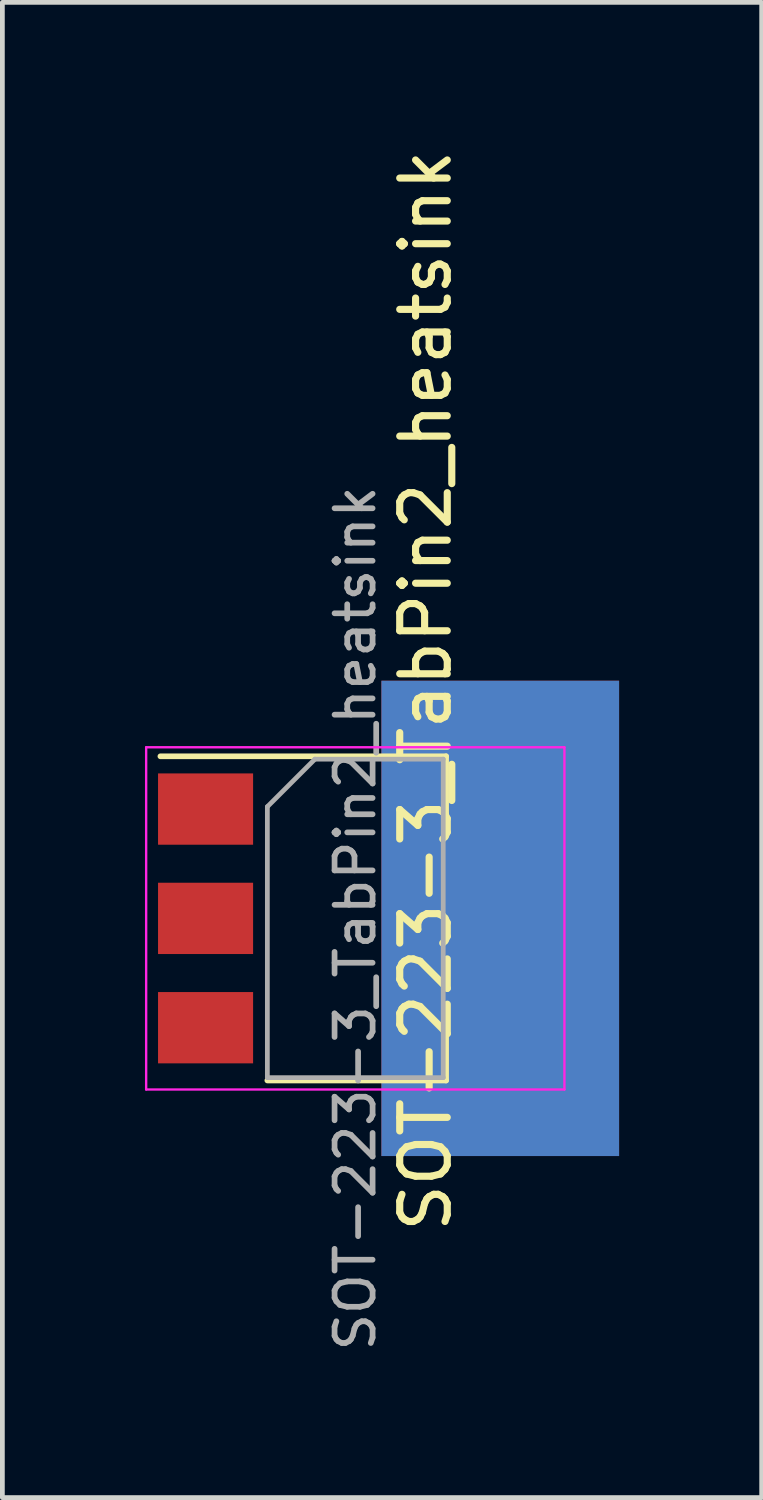
<source format=kicad_pcb>
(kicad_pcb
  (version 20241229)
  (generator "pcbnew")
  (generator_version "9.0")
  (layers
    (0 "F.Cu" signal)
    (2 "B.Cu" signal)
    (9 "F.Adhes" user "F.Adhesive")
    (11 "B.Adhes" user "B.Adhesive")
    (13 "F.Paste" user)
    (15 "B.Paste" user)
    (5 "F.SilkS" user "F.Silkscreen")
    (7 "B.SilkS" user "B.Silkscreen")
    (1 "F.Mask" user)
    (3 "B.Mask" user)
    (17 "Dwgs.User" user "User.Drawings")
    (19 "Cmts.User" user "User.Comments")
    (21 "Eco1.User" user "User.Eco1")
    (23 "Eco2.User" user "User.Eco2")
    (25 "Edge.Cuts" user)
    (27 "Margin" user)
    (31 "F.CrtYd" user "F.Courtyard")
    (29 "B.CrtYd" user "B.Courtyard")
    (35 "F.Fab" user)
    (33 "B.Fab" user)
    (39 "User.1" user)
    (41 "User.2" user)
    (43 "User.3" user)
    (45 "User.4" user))
  (footprint "SOT-223-3_TabPin2_heatsink"
    (layer "F.Cu")
    (at 4.425 16.272)
    (property "Reference" "SOT-223-3_TabPin2_heatsink" (at 1.48 -4.79 90) (layer "F.SilkS") (effects (font (size 1 1) (thickness 0.15))))
    (attr smd)
    (fp_line (start -4.1 -3.41) (end 1.91 -3.41) (stroke (width 0.12) (type solid)) (layer "F.SilkS"))
    (fp_line (start -1.85 3.41) (end 1.91 3.41) (stroke (width 0.12) (type solid)) (layer "F.SilkS"))
    (fp_line (start 1.91 -3.41) (end 1.91 -2.15) (stroke (width 0.12) (type solid)) (layer "F.SilkS"))
    (fp_line (start 1.91 3.41) (end 1.91 2.15) (stroke (width 0.12) (type solid)) (layer "F.SilkS"))
    (fp_line (start -4.4 -3.6) (end -4.4 3.6) (stroke (width 0.05) (type solid)) (layer "F.CrtYd"))
    (fp_line (start -4.4 3.6) (end 4.4 3.6) (stroke (width 0.05) (type solid)) (layer "F.CrtYd"))
    (fp_line (start 4.4 -3.6) (end -4.4 -3.6) (stroke (width 0.05) (type solid)) (layer "F.CrtYd"))
    (fp_line (start 4.4 3.6) (end 4.4 -3.6) (stroke (width 0.05) (type solid)) (layer "F.CrtYd"))
    (fp_line (start -1.85 -2.35) (end -1.85 3.35) (stroke (width 0.1) (type solid)) (layer "F.Fab"))
    (fp_line (start -1.85 -2.35) (end -0.85 -3.35) (stroke (width 0.1) (type solid)) (layer "F.Fab"))
    (fp_line (start -1.85 3.35) (end 1.85 3.35) (stroke (width 0.1) (type solid)) (layer "F.Fab"))
    (fp_line (start -0.85 -3.35) (end 1.85 -3.35) (stroke (width 0.1) (type solid)) (layer "F.Fab"))
    (fp_line (start 1.85 -3.35) (end 1.85 3.35) (stroke (width 0.1) (type solid)) (layer "F.Fab"))
    (fp_text user "${REFERENCE}" (at 0 0 90) (layer "F.Fab") (effects (font (size 0.8 0.8) (thickness 0.12))))
    (pad "1" smd rect (at -3.15 -2.3) (size 2 1.5) (layers "F.Cu" "F.Mask" "F.Paste"))
    (pad "2" smd rect (at -3.15 0) (size 2 1.5) (layers "F.Cu" "F.Mask" "F.Paste"))
    (pad "2" smd rect (at 3.05 0) (size 5 10) (layers "F.Cu" "F.Mask" "F.Paste"))
    (pad "2" smd rect (at 3.05 0) (size 5 10) (layers "B.Cu" "B.Mask" "B.Paste"))
    (pad "3" smd rect (at -3.15 2.3) (size 2 1.5) (layers "F.Cu" "F.Mask" "F.Paste")))
  (gr_rect
    (start -3 -3)
    (end 12.975 28.458)
    (stroke (width 0.1) (type default))
    (fill no)
    (layer "Edge.Cuts")))
</source>
